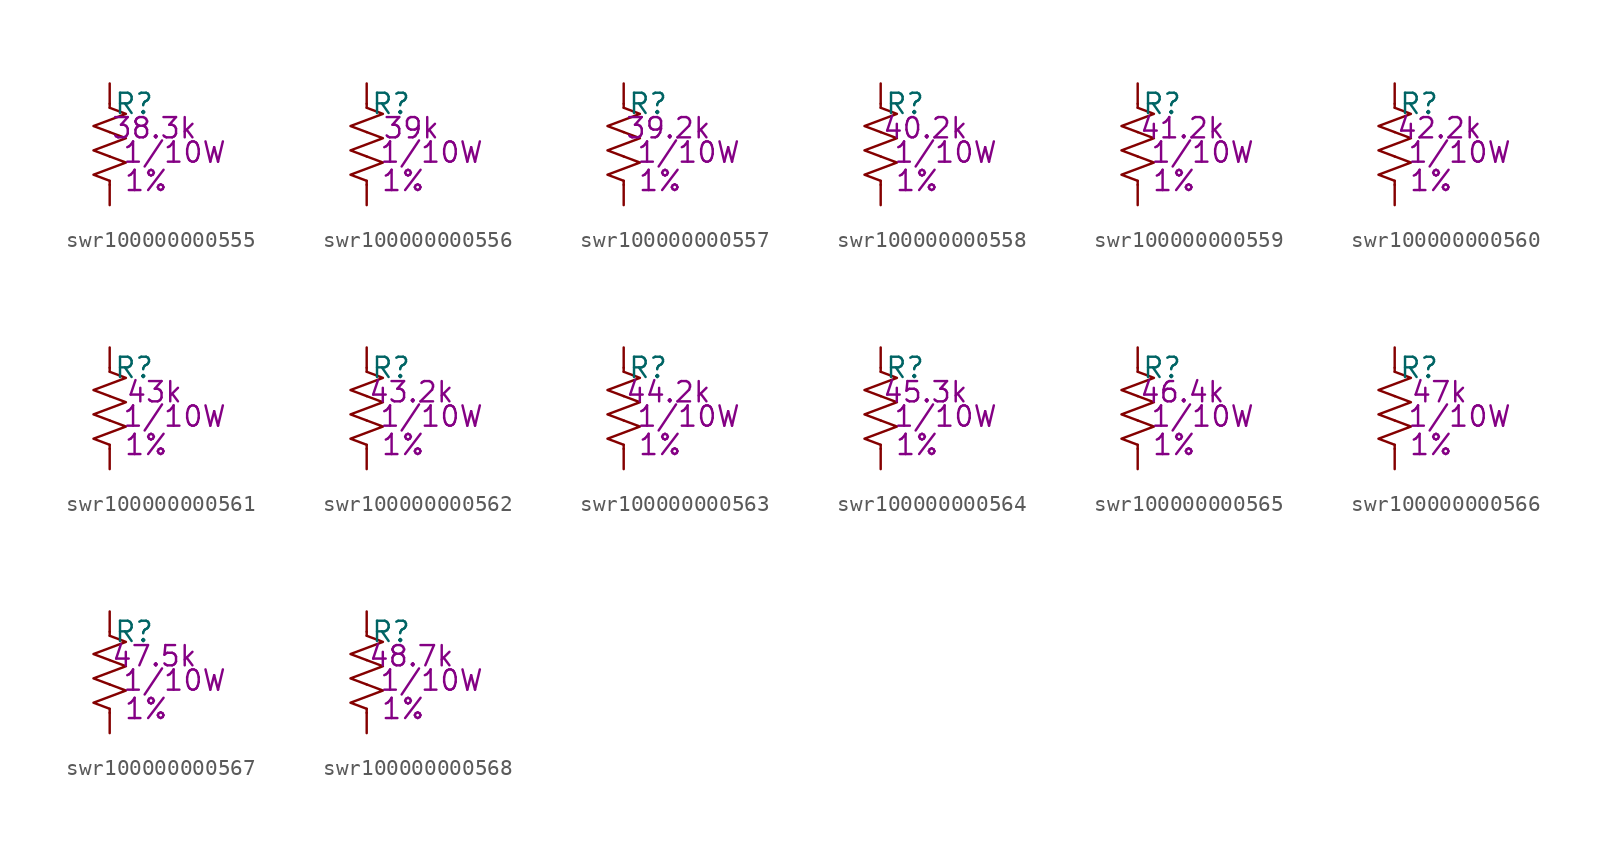
<source format=kicad_sym>
(kicad_symbol_lib
  (version 20211014)
  (generator kicad_symbol_editor)
  (symbol "swr100000000555"
    (pin_numbers hide)
    (pin_names
      (offset 1.016))
    (property "Reference" "R"
      (at 1.524 2.54 0)
      (effects (font (size 1.27 1.27))))
    (property "Tolerance" "1%"
      (at 2.286 -2.286 0)
      (effects (font (size 1.27 1.27))))
    (property "Wattage" "1/10W"
      (at 4.064 -0.508 0)
      (effects (font (size 1.27 1.27))))
    (property "PartValue" "38.3k"
      (at 2.794 1.016 0)
      (effects (font (size 1.27 1.27))))
    (symbol "swr100000000555_1_1"
      (polyline (pts (xy 0 -2.286) (xy 0 -2.54)) (stroke (width 0) (type default) (color 0 0 0 0)) (fill (type none)))
      (polyline (pts (xy 0 2.286) (xy 0 2.54)) (stroke (width 0) (type default) (color 0 0 0 0)) (fill (type none)))
      (polyline (pts (xy 0 -0.762) (xy 1.016 -1.143) (xy 0 -1.524) (xy -1.016 -1.905) (xy 0 -2.286)) (stroke (width 0) (type default) (color 0 0 0 0)) (fill (type none)))
      (polyline (pts (xy 0 0.762) (xy 1.016 0.381) (xy 0 0) (xy -1.016 -0.381) (xy 0 -0.762)) (stroke (width 0) (type default) (color 0 0 0 0)) (fill (type none)))
      (polyline (pts (xy 0 2.286) (xy 1.016 1.905) (xy 0 1.524) (xy -1.016 1.143) (xy 0 0.762)) (stroke (width 0) (type default) (color 0 0 0 0)) (fill (type none)))
      (pin passive line (at 0 3.81 270) (length 1.27) (name "~" (effects (font (size 1.27 1.27)))) (number "1" (effects (font (size 1.27 1.27)))))
      (pin passive line (at 0 -3.81 90) (length 1.27) (name "~" (effects (font (size 1.27 1.27)))) (number "2" (effects (font (size 1.27 1.27)))))))
  (symbol "swr100000000556"
    (pin_numbers hide)
    (pin_names
      (offset 1.016))
    (property "Reference" "R"
      (at 1.524 2.54 0)
      (effects (font (size 1.27 1.27))))
    (property "Tolerance" "1%"
      (at 2.286 -2.286 0)
      (effects (font (size 1.27 1.27))))
    (property "Wattage" "1/10W"
      (at 4.064 -0.508 0)
      (effects (font (size 1.27 1.27))))
    (property "PartValue" "39k"
      (at 2.794 1.016 0)
      (effects (font (size 1.27 1.27))))
    (symbol "swr100000000556_1_1"
      (polyline (pts (xy 0 -2.286) (xy 0 -2.54)) (stroke (width 0) (type default) (color 0 0 0 0)) (fill (type none)))
      (polyline (pts (xy 0 2.286) (xy 0 2.54)) (stroke (width 0) (type default) (color 0 0 0 0)) (fill (type none)))
      (polyline (pts (xy 0 -0.762) (xy 1.016 -1.143) (xy 0 -1.524) (xy -1.016 -1.905) (xy 0 -2.286)) (stroke (width 0) (type default) (color 0 0 0 0)) (fill (type none)))
      (polyline (pts (xy 0 0.762) (xy 1.016 0.381) (xy 0 0) (xy -1.016 -0.381) (xy 0 -0.762)) (stroke (width 0) (type default) (color 0 0 0 0)) (fill (type none)))
      (polyline (pts (xy 0 2.286) (xy 1.016 1.905) (xy 0 1.524) (xy -1.016 1.143) (xy 0 0.762)) (stroke (width 0) (type default) (color 0 0 0 0)) (fill (type none)))
      (pin passive line (at 0 3.81 270) (length 1.27) (name "~" (effects (font (size 1.27 1.27)))) (number "1" (effects (font (size 1.27 1.27)))))
      (pin passive line (at 0 -3.81 90) (length 1.27) (name "~" (effects (font (size 1.27 1.27)))) (number "2" (effects (font (size 1.27 1.27)))))))
  (symbol "swr100000000557"
    (pin_numbers hide)
    (pin_names
      (offset 1.016))
    (property "Reference" "R"
      (at 1.524 2.54 0)
      (effects (font (size 1.27 1.27))))
    (property "Tolerance" "1%"
      (at 2.286 -2.286 0)
      (effects (font (size 1.27 1.27))))
    (property "Wattage" "1/10W"
      (at 4.064 -0.508 0)
      (effects (font (size 1.27 1.27))))
    (property "PartValue" "39.2k"
      (at 2.794 1.016 0)
      (effects (font (size 1.27 1.27))))
    (symbol "swr100000000557_1_1"
      (polyline (pts (xy 0 -2.286) (xy 0 -2.54)) (stroke (width 0) (type default) (color 0 0 0 0)) (fill (type none)))
      (polyline (pts (xy 0 2.286) (xy 0 2.54)) (stroke (width 0) (type default) (color 0 0 0 0)) (fill (type none)))
      (polyline (pts (xy 0 -0.762) (xy 1.016 -1.143) (xy 0 -1.524) (xy -1.016 -1.905) (xy 0 -2.286)) (stroke (width 0) (type default) (color 0 0 0 0)) (fill (type none)))
      (polyline (pts (xy 0 0.762) (xy 1.016 0.381) (xy 0 0) (xy -1.016 -0.381) (xy 0 -0.762)) (stroke (width 0) (type default) (color 0 0 0 0)) (fill (type none)))
      (polyline (pts (xy 0 2.286) (xy 1.016 1.905) (xy 0 1.524) (xy -1.016 1.143) (xy 0 0.762)) (stroke (width 0) (type default) (color 0 0 0 0)) (fill (type none)))
      (pin passive line (at 0 3.81 270) (length 1.27) (name "~" (effects (font (size 1.27 1.27)))) (number "1" (effects (font (size 1.27 1.27)))))
      (pin passive line (at 0 -3.81 90) (length 1.27) (name "~" (effects (font (size 1.27 1.27)))) (number "2" (effects (font (size 1.27 1.27)))))))
  (symbol "swr100000000558"
    (pin_numbers hide)
    (pin_names
      (offset 1.016))
    (property "Reference" "R"
      (at 1.524 2.54 0)
      (effects (font (size 1.27 1.27))))
    (property "Tolerance" "1%"
      (at 2.286 -2.286 0)
      (effects (font (size 1.27 1.27))))
    (property "Wattage" "1/10W"
      (at 4.064 -0.508 0)
      (effects (font (size 1.27 1.27))))
    (property "PartValue" "40.2k"
      (at 2.794 1.016 0)
      (effects (font (size 1.27 1.27))))
    (symbol "swr100000000558_1_1"
      (polyline (pts (xy 0 -2.286) (xy 0 -2.54)) (stroke (width 0) (type default) (color 0 0 0 0)) (fill (type none)))
      (polyline (pts (xy 0 2.286) (xy 0 2.54)) (stroke (width 0) (type default) (color 0 0 0 0)) (fill (type none)))
      (polyline (pts (xy 0 -0.762) (xy 1.016 -1.143) (xy 0 -1.524) (xy -1.016 -1.905) (xy 0 -2.286)) (stroke (width 0) (type default) (color 0 0 0 0)) (fill (type none)))
      (polyline (pts (xy 0 0.762) (xy 1.016 0.381) (xy 0 0) (xy -1.016 -0.381) (xy 0 -0.762)) (stroke (width 0) (type default) (color 0 0 0 0)) (fill (type none)))
      (polyline (pts (xy 0 2.286) (xy 1.016 1.905) (xy 0 1.524) (xy -1.016 1.143) (xy 0 0.762)) (stroke (width 0) (type default) (color 0 0 0 0)) (fill (type none)))
      (pin passive line (at 0 3.81 270) (length 1.27) (name "~" (effects (font (size 1.27 1.27)))) (number "1" (effects (font (size 1.27 1.27)))))
      (pin passive line (at 0 -3.81 90) (length 1.27) (name "~" (effects (font (size 1.27 1.27)))) (number "2" (effects (font (size 1.27 1.27)))))))
  (symbol "swr100000000559"
    (pin_numbers hide)
    (pin_names
      (offset 1.016))
    (property "Reference" "R"
      (at 1.524 2.54 0)
      (effects (font (size 1.27 1.27))))
    (property "Tolerance" "1%"
      (at 2.286 -2.286 0)
      (effects (font (size 1.27 1.27))))
    (property "Wattage" "1/10W"
      (at 4.064 -0.508 0)
      (effects (font (size 1.27 1.27))))
    (property "PartValue" "41.2k"
      (at 2.794 1.016 0)
      (effects (font (size 1.27 1.27))))
    (symbol "swr100000000559_1_1"
      (polyline (pts (xy 0 -2.286) (xy 0 -2.54)) (stroke (width 0) (type default) (color 0 0 0 0)) (fill (type none)))
      (polyline (pts (xy 0 2.286) (xy 0 2.54)) (stroke (width 0) (type default) (color 0 0 0 0)) (fill (type none)))
      (polyline (pts (xy 0 -0.762) (xy 1.016 -1.143) (xy 0 -1.524) (xy -1.016 -1.905) (xy 0 -2.286)) (stroke (width 0) (type default) (color 0 0 0 0)) (fill (type none)))
      (polyline (pts (xy 0 0.762) (xy 1.016 0.381) (xy 0 0) (xy -1.016 -0.381) (xy 0 -0.762)) (stroke (width 0) (type default) (color 0 0 0 0)) (fill (type none)))
      (polyline (pts (xy 0 2.286) (xy 1.016 1.905) (xy 0 1.524) (xy -1.016 1.143) (xy 0 0.762)) (stroke (width 0) (type default) (color 0 0 0 0)) (fill (type none)))
      (pin passive line (at 0 3.81 270) (length 1.27) (name "~" (effects (font (size 1.27 1.27)))) (number "1" (effects (font (size 1.27 1.27)))))
      (pin passive line (at 0 -3.81 90) (length 1.27) (name "~" (effects (font (size 1.27 1.27)))) (number "2" (effects (font (size 1.27 1.27)))))))
  (symbol "swr100000000560"
    (pin_numbers hide)
    (pin_names
      (offset 1.016))
    (property "Reference" "R"
      (at 1.524 2.54 0)
      (effects (font (size 1.27 1.27))))
    (property "Tolerance" "1%"
      (at 2.286 -2.286 0)
      (effects (font (size 1.27 1.27))))
    (property "Wattage" "1/10W"
      (at 4.064 -0.508 0)
      (effects (font (size 1.27 1.27))))
    (property "PartValue" "42.2k"
      (at 2.794 1.016 0)
      (effects (font (size 1.27 1.27))))
    (symbol "swr100000000560_1_1"
      (polyline (pts (xy 0 -2.286) (xy 0 -2.54)) (stroke (width 0) (type default) (color 0 0 0 0)) (fill (type none)))
      (polyline (pts (xy 0 2.286) (xy 0 2.54)) (stroke (width 0) (type default) (color 0 0 0 0)) (fill (type none)))
      (polyline (pts (xy 0 -0.762) (xy 1.016 -1.143) (xy 0 -1.524) (xy -1.016 -1.905) (xy 0 -2.286)) (stroke (width 0) (type default) (color 0 0 0 0)) (fill (type none)))
      (polyline (pts (xy 0 0.762) (xy 1.016 0.381) (xy 0 0) (xy -1.016 -0.381) (xy 0 -0.762)) (stroke (width 0) (type default) (color 0 0 0 0)) (fill (type none)))
      (polyline (pts (xy 0 2.286) (xy 1.016 1.905) (xy 0 1.524) (xy -1.016 1.143) (xy 0 0.762)) (stroke (width 0) (type default) (color 0 0 0 0)) (fill (type none)))
      (pin passive line (at 0 3.81 270) (length 1.27) (name "~" (effects (font (size 1.27 1.27)))) (number "1" (effects (font (size 1.27 1.27)))))
      (pin passive line (at 0 -3.81 90) (length 1.27) (name "~" (effects (font (size 1.27 1.27)))) (number "2" (effects (font (size 1.27 1.27)))))))
  (symbol "swr100000000561"
    (pin_numbers hide)
    (pin_names
      (offset 1.016))
    (property "Reference" "R"
      (at 1.524 2.54 0)
      (effects (font (size 1.27 1.27))))
    (property "Tolerance" "1%"
      (at 2.286 -2.286 0)
      (effects (font (size 1.27 1.27))))
    (property "Wattage" "1/10W"
      (at 4.064 -0.508 0)
      (effects (font (size 1.27 1.27))))
    (property "PartValue" "43k"
      (at 2.794 1.016 0)
      (effects (font (size 1.27 1.27))))
    (symbol "swr100000000561_1_1"
      (polyline (pts (xy 0 -2.286) (xy 0 -2.54)) (stroke (width 0) (type default) (color 0 0 0 0)) (fill (type none)))
      (polyline (pts (xy 0 2.286) (xy 0 2.54)) (stroke (width 0) (type default) (color 0 0 0 0)) (fill (type none)))
      (polyline (pts (xy 0 -0.762) (xy 1.016 -1.143) (xy 0 -1.524) (xy -1.016 -1.905) (xy 0 -2.286)) (stroke (width 0) (type default) (color 0 0 0 0)) (fill (type none)))
      (polyline (pts (xy 0 0.762) (xy 1.016 0.381) (xy 0 0) (xy -1.016 -0.381) (xy 0 -0.762)) (stroke (width 0) (type default) (color 0 0 0 0)) (fill (type none)))
      (polyline (pts (xy 0 2.286) (xy 1.016 1.905) (xy 0 1.524) (xy -1.016 1.143) (xy 0 0.762)) (stroke (width 0) (type default) (color 0 0 0 0)) (fill (type none)))
      (pin passive line (at 0 3.81 270) (length 1.27) (name "~" (effects (font (size 1.27 1.27)))) (number "1" (effects (font (size 1.27 1.27)))))
      (pin passive line (at 0 -3.81 90) (length 1.27) (name "~" (effects (font (size 1.27 1.27)))) (number "2" (effects (font (size 1.27 1.27)))))))
  (symbol "swr100000000562"
    (pin_numbers hide)
    (pin_names
      (offset 1.016))
    (property "Reference" "R"
      (at 1.524 2.54 0)
      (effects (font (size 1.27 1.27))))
    (property "Tolerance" "1%"
      (at 2.286 -2.286 0)
      (effects (font (size 1.27 1.27))))
    (property "Wattage" "1/10W"
      (at 4.064 -0.508 0)
      (effects (font (size 1.27 1.27))))
    (property "PartValue" "43.2k"
      (at 2.794 1.016 0)
      (effects (font (size 1.27 1.27))))
    (symbol "swr100000000562_1_1"
      (polyline (pts (xy 0 -2.286) (xy 0 -2.54)) (stroke (width 0) (type default) (color 0 0 0 0)) (fill (type none)))
      (polyline (pts (xy 0 2.286) (xy 0 2.54)) (stroke (width 0) (type default) (color 0 0 0 0)) (fill (type none)))
      (polyline (pts (xy 0 -0.762) (xy 1.016 -1.143) (xy 0 -1.524) (xy -1.016 -1.905) (xy 0 -2.286)) (stroke (width 0) (type default) (color 0 0 0 0)) (fill (type none)))
      (polyline (pts (xy 0 0.762) (xy 1.016 0.381) (xy 0 0) (xy -1.016 -0.381) (xy 0 -0.762)) (stroke (width 0) (type default) (color 0 0 0 0)) (fill (type none)))
      (polyline (pts (xy 0 2.286) (xy 1.016 1.905) (xy 0 1.524) (xy -1.016 1.143) (xy 0 0.762)) (stroke (width 0) (type default) (color 0 0 0 0)) (fill (type none)))
      (pin passive line (at 0 3.81 270) (length 1.27) (name "~" (effects (font (size 1.27 1.27)))) (number "1" (effects (font (size 1.27 1.27)))))
      (pin passive line (at 0 -3.81 90) (length 1.27) (name "~" (effects (font (size 1.27 1.27)))) (number "2" (effects (font (size 1.27 1.27)))))))
  (symbol "swr100000000563"
    (pin_numbers hide)
    (pin_names
      (offset 1.016))
    (property "Reference" "R"
      (at 1.524 2.54 0)
      (effects (font (size 1.27 1.27))))
    (property "Tolerance" "1%"
      (at 2.286 -2.286 0)
      (effects (font (size 1.27 1.27))))
    (property "Wattage" "1/10W"
      (at 4.064 -0.508 0)
      (effects (font (size 1.27 1.27))))
    (property "PartValue" "44.2k"
      (at 2.794 1.016 0)
      (effects (font (size 1.27 1.27))))
    (symbol "swr100000000563_1_1"
      (polyline (pts (xy 0 -2.286) (xy 0 -2.54)) (stroke (width 0) (type default) (color 0 0 0 0)) (fill (type none)))
      (polyline (pts (xy 0 2.286) (xy 0 2.54)) (stroke (width 0) (type default) (color 0 0 0 0)) (fill (type none)))
      (polyline (pts (xy 0 -0.762) (xy 1.016 -1.143) (xy 0 -1.524) (xy -1.016 -1.905) (xy 0 -2.286)) (stroke (width 0) (type default) (color 0 0 0 0)) (fill (type none)))
      (polyline (pts (xy 0 0.762) (xy 1.016 0.381) (xy 0 0) (xy -1.016 -0.381) (xy 0 -0.762)) (stroke (width 0) (type default) (color 0 0 0 0)) (fill (type none)))
      (polyline (pts (xy 0 2.286) (xy 1.016 1.905) (xy 0 1.524) (xy -1.016 1.143) (xy 0 0.762)) (stroke (width 0) (type default) (color 0 0 0 0)) (fill (type none)))
      (pin passive line (at 0 3.81 270) (length 1.27) (name "~" (effects (font (size 1.27 1.27)))) (number "1" (effects (font (size 1.27 1.27)))))
      (pin passive line (at 0 -3.81 90) (length 1.27) (name "~" (effects (font (size 1.27 1.27)))) (number "2" (effects (font (size 1.27 1.27)))))))
  (symbol "swr100000000564"
    (pin_numbers hide)
    (pin_names
      (offset 1.016))
    (property "Reference" "R"
      (at 1.524 2.54 0)
      (effects (font (size 1.27 1.27))))
    (property "Tolerance" "1%"
      (at 2.286 -2.286 0)
      (effects (font (size 1.27 1.27))))
    (property "Wattage" "1/10W"
      (at 4.064 -0.508 0)
      (effects (font (size 1.27 1.27))))
    (property "PartValue" "45.3k"
      (at 2.794 1.016 0)
      (effects (font (size 1.27 1.27))))
    (symbol "swr100000000564_1_1"
      (polyline (pts (xy 0 -2.286) (xy 0 -2.54)) (stroke (width 0) (type default) (color 0 0 0 0)) (fill (type none)))
      (polyline (pts (xy 0 2.286) (xy 0 2.54)) (stroke (width 0) (type default) (color 0 0 0 0)) (fill (type none)))
      (polyline (pts (xy 0 -0.762) (xy 1.016 -1.143) (xy 0 -1.524) (xy -1.016 -1.905) (xy 0 -2.286)) (stroke (width 0) (type default) (color 0 0 0 0)) (fill (type none)))
      (polyline (pts (xy 0 0.762) (xy 1.016 0.381) (xy 0 0) (xy -1.016 -0.381) (xy 0 -0.762)) (stroke (width 0) (type default) (color 0 0 0 0)) (fill (type none)))
      (polyline (pts (xy 0 2.286) (xy 1.016 1.905) (xy 0 1.524) (xy -1.016 1.143) (xy 0 0.762)) (stroke (width 0) (type default) (color 0 0 0 0)) (fill (type none)))
      (pin passive line (at 0 3.81 270) (length 1.27) (name "~" (effects (font (size 1.27 1.27)))) (number "1" (effects (font (size 1.27 1.27)))))
      (pin passive line (at 0 -3.81 90) (length 1.27) (name "~" (effects (font (size 1.27 1.27)))) (number "2" (effects (font (size 1.27 1.27)))))))
  (symbol "swr100000000565"
    (pin_numbers hide)
    (pin_names
      (offset 1.016))
    (property "Reference" "R"
      (at 1.524 2.54 0)
      (effects (font (size 1.27 1.27))))
    (property "Tolerance" "1%"
      (at 2.286 -2.286 0)
      (effects (font (size 1.27 1.27))))
    (property "Wattage" "1/10W"
      (at 4.064 -0.508 0)
      (effects (font (size 1.27 1.27))))
    (property "PartValue" "46.4k"
      (at 2.794 1.016 0)
      (effects (font (size 1.27 1.27))))
    (symbol "swr100000000565_1_1"
      (polyline (pts (xy 0 -2.286) (xy 0 -2.54)) (stroke (width 0) (type default) (color 0 0 0 0)) (fill (type none)))
      (polyline (pts (xy 0 2.286) (xy 0 2.54)) (stroke (width 0) (type default) (color 0 0 0 0)) (fill (type none)))
      (polyline (pts (xy 0 -0.762) (xy 1.016 -1.143) (xy 0 -1.524) (xy -1.016 -1.905) (xy 0 -2.286)) (stroke (width 0) (type default) (color 0 0 0 0)) (fill (type none)))
      (polyline (pts (xy 0 0.762) (xy 1.016 0.381) (xy 0 0) (xy -1.016 -0.381) (xy 0 -0.762)) (stroke (width 0) (type default) (color 0 0 0 0)) (fill (type none)))
      (polyline (pts (xy 0 2.286) (xy 1.016 1.905) (xy 0 1.524) (xy -1.016 1.143) (xy 0 0.762)) (stroke (width 0) (type default) (color 0 0 0 0)) (fill (type none)))
      (pin passive line (at 0 3.81 270) (length 1.27) (name "~" (effects (font (size 1.27 1.27)))) (number "1" (effects (font (size 1.27 1.27)))))
      (pin passive line (at 0 -3.81 90) (length 1.27) (name "~" (effects (font (size 1.27 1.27)))) (number "2" (effects (font (size 1.27 1.27)))))))
  (symbol "swr100000000566"
    (pin_numbers hide)
    (pin_names
      (offset 1.016))
    (property "Reference" "R"
      (at 1.524 2.54 0)
      (effects (font (size 1.27 1.27))))
    (property "Tolerance" "1%"
      (at 2.286 -2.286 0)
      (effects (font (size 1.27 1.27))))
    (property "Wattage" "1/10W"
      (at 4.064 -0.508 0)
      (effects (font (size 1.27 1.27))))
    (property "PartValue" "47k"
      (at 2.794 1.016 0)
      (effects (font (size 1.27 1.27))))
    (symbol "swr100000000566_1_1"
      (polyline (pts (xy 0 -2.286) (xy 0 -2.54)) (stroke (width 0) (type default) (color 0 0 0 0)) (fill (type none)))
      (polyline (pts (xy 0 2.286) (xy 0 2.54)) (stroke (width 0) (type default) (color 0 0 0 0)) (fill (type none)))
      (polyline (pts (xy 0 -0.762) (xy 1.016 -1.143) (xy 0 -1.524) (xy -1.016 -1.905) (xy 0 -2.286)) (stroke (width 0) (type default) (color 0 0 0 0)) (fill (type none)))
      (polyline (pts (xy 0 0.762) (xy 1.016 0.381) (xy 0 0) (xy -1.016 -0.381) (xy 0 -0.762)) (stroke (width 0) (type default) (color 0 0 0 0)) (fill (type none)))
      (polyline (pts (xy 0 2.286) (xy 1.016 1.905) (xy 0 1.524) (xy -1.016 1.143) (xy 0 0.762)) (stroke (width 0) (type default) (color 0 0 0 0)) (fill (type none)))
      (pin passive line (at 0 3.81 270) (length 1.27) (name "~" (effects (font (size 1.27 1.27)))) (number "1" (effects (font (size 1.27 1.27)))))
      (pin passive line (at 0 -3.81 90) (length 1.27) (name "~" (effects (font (size 1.27 1.27)))) (number "2" (effects (font (size 1.27 1.27)))))))
  (symbol "swr100000000567"
    (pin_numbers hide)
    (pin_names
      (offset 1.016))
    (property "Reference" "R"
      (at 1.524 2.54 0)
      (effects (font (size 1.27 1.27))))
    (property "Tolerance" "1%"
      (at 2.286 -2.286 0)
      (effects (font (size 1.27 1.27))))
    (property "Wattage" "1/10W"
      (at 4.064 -0.508 0)
      (effects (font (size 1.27 1.27))))
    (property "PartValue" "47.5k"
      (at 2.794 1.016 0)
      (effects (font (size 1.27 1.27))))
    (symbol "swr100000000567_1_1"
      (polyline (pts (xy 0 -2.286) (xy 0 -2.54)) (stroke (width 0) (type default) (color 0 0 0 0)) (fill (type none)))
      (polyline (pts (xy 0 2.286) (xy 0 2.54)) (stroke (width 0) (type default) (color 0 0 0 0)) (fill (type none)))
      (polyline (pts (xy 0 -0.762) (xy 1.016 -1.143) (xy 0 -1.524) (xy -1.016 -1.905) (xy 0 -2.286)) (stroke (width 0) (type default) (color 0 0 0 0)) (fill (type none)))
      (polyline (pts (xy 0 0.762) (xy 1.016 0.381) (xy 0 0) (xy -1.016 -0.381) (xy 0 -0.762)) (stroke (width 0) (type default) (color 0 0 0 0)) (fill (type none)))
      (polyline (pts (xy 0 2.286) (xy 1.016 1.905) (xy 0 1.524) (xy -1.016 1.143) (xy 0 0.762)) (stroke (width 0) (type default) (color 0 0 0 0)) (fill (type none)))
      (pin passive line (at 0 3.81 270) (length 1.27) (name "~" (effects (font (size 1.27 1.27)))) (number "1" (effects (font (size 1.27 1.27)))))
      (pin passive line (at 0 -3.81 90) (length 1.27) (name "~" (effects (font (size 1.27 1.27)))) (number "2" (effects (font (size 1.27 1.27)))))))
  (symbol "swr100000000568"
    (pin_numbers hide)
    (pin_names
      (offset 1.016))
    (property "Reference" "R"
      (at 1.524 2.54 0)
      (effects (font (size 1.27 1.27))))
    (property "Tolerance" "1%"
      (at 2.286 -2.286 0)
      (effects (font (size 1.27 1.27))))
    (property "Wattage" "1/10W"
      (at 4.064 -0.508 0)
      (effects (font (size 1.27 1.27))))
    (property "PartValue" "48.7k"
      (at 2.794 1.016 0)
      (effects (font (size 1.27 1.27))))
    (symbol "swr100000000568_1_1"
      (polyline (pts (xy 0 -2.286) (xy 0 -2.54)) (stroke (width 0) (type default) (color 0 0 0 0)) (fill (type none)))
      (polyline (pts (xy 0 2.286) (xy 0 2.54)) (stroke (width 0) (type default) (color 0 0 0 0)) (fill (type none)))
      (polyline (pts (xy 0 -0.762) (xy 1.016 -1.143) (xy 0 -1.524) (xy -1.016 -1.905) (xy 0 -2.286)) (stroke (width 0) (type default) (color 0 0 0 0)) (fill (type none)))
      (polyline (pts (xy 0 0.762) (xy 1.016 0.381) (xy 0 0) (xy -1.016 -0.381) (xy 0 -0.762)) (stroke (width 0) (type default) (color 0 0 0 0)) (fill (type none)))
      (polyline (pts (xy 0 2.286) (xy 1.016 1.905) (xy 0 1.524) (xy -1.016 1.143) (xy 0 0.762)) (stroke (width 0) (type default) (color 0 0 0 0)) (fill (type none)))
      (pin passive line (at 0 3.81 270) (length 1.27) (name "~" (effects (font (size 1.27 1.27)))) (number "1" (effects (font (size 1.27 1.27)))))
      (pin passive line (at 0 -3.81 90) (length 1.27) (name "~" (effects (font (size 1.27 1.27)))) (number "2" (effects (font (size 1.27 1.27))))))))
</source>
